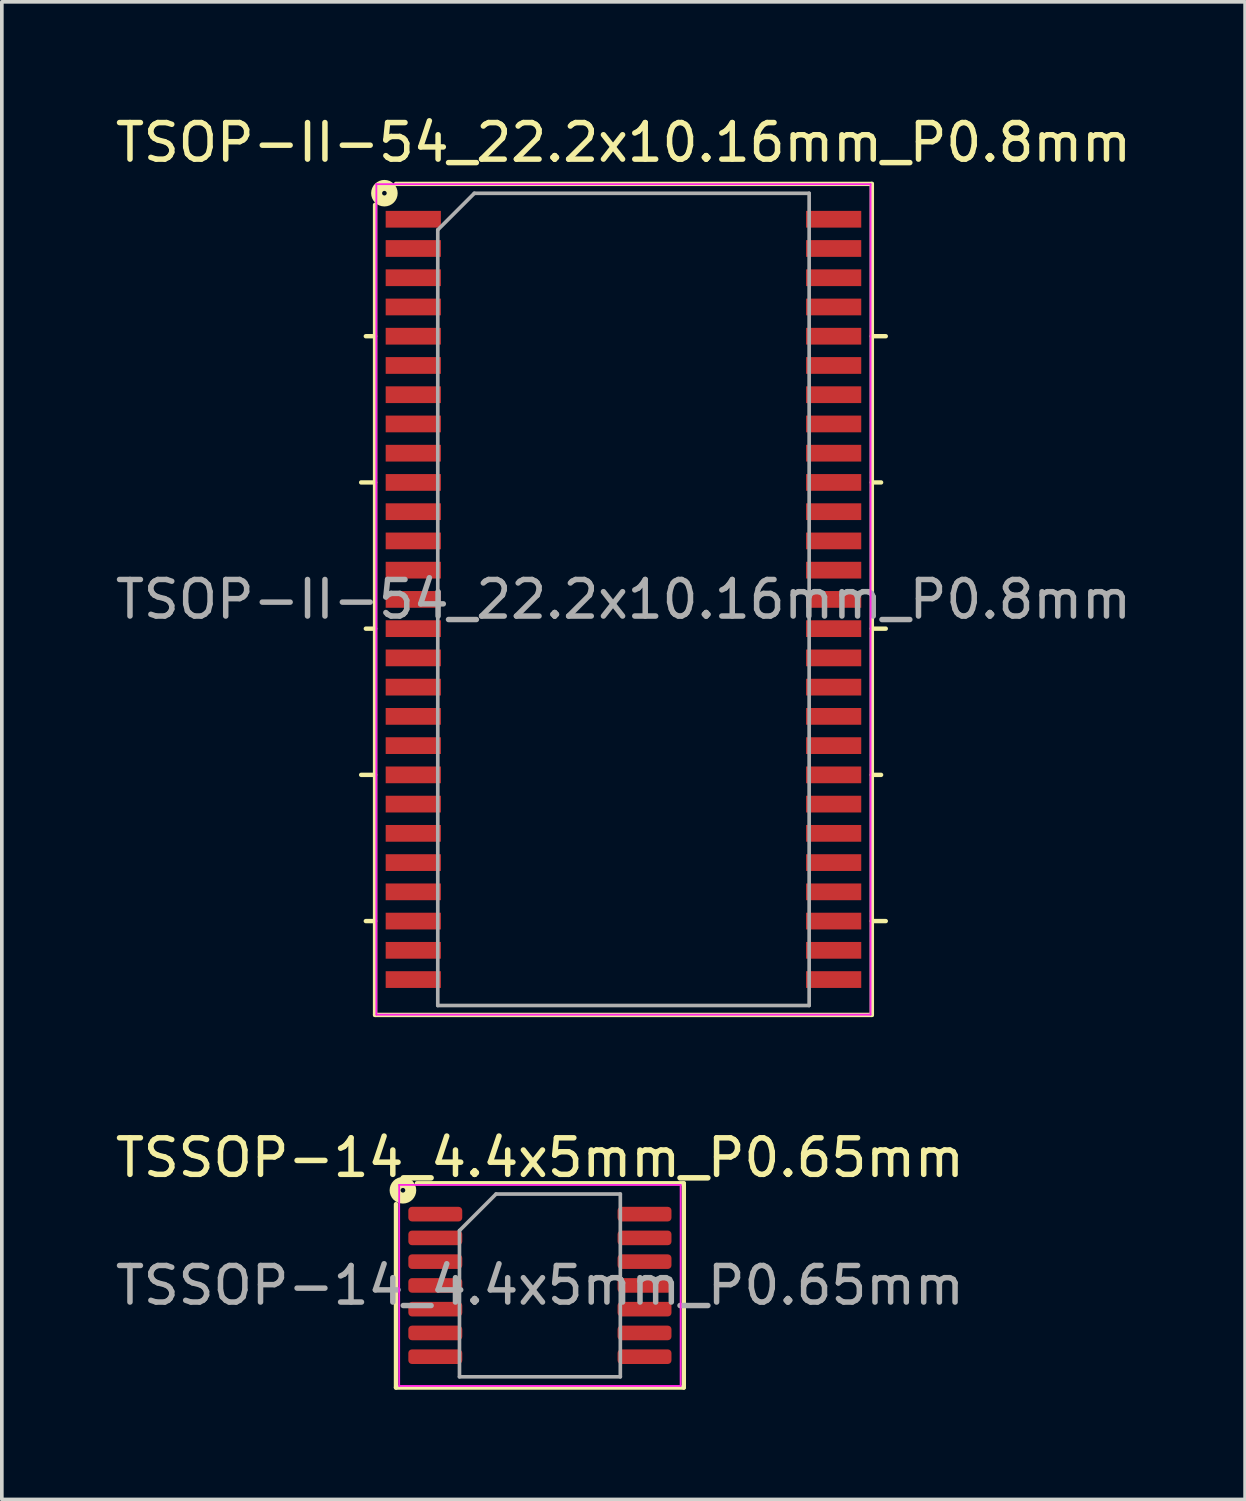
<source format=kicad_pcb>
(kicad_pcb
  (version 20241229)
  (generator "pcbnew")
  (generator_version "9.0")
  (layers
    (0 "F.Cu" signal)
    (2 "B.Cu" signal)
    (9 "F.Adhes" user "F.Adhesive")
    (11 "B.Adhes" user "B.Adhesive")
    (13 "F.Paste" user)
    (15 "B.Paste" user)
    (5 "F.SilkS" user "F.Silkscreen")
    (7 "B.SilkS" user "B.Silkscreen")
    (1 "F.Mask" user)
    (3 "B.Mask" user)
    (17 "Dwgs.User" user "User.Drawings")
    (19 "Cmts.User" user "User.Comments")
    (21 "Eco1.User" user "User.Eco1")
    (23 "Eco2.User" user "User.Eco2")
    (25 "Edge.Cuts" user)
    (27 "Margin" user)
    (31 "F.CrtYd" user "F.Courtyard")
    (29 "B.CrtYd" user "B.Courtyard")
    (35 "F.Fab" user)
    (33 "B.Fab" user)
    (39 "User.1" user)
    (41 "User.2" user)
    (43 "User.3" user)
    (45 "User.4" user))
  (footprint "TSSOP-14_4.4x5mm_P0.65mm"
    (layer "F.Cu")
    (at 11.72 32.115)
    (property "Reference" "TSSOP-14_4.4x5mm_P0.65mm" (at 0 -3.493 0) (layer "F.SilkS") (effects (font (size 1 1) (thickness 0.15))))
    (attr smd)
    (fp_line (start -3.937 -2.223) (end -3.937 2.794) (stroke (width 0.12) (type solid)) (layer "F.SilkS"))
    (fp_line (start -3.937 2.794) (end 3.937 2.794) (stroke (width 0.12) (type solid)) (layer "F.SilkS"))
    (fp_line (start 3.937 -2.794) (end -3.365 -2.794) (stroke (width 0.12) (type solid)) (layer "F.SilkS"))
    (fp_line (start 3.937 2.794) (end 3.937 -2.794) (stroke (width 0.12) (type solid)) (layer "F.SilkS"))
    (fp_circle (center -3.747 -2.603) (end -3.683 -2.603) (stroke (width 0.3) (type solid)) (fill no) (layer "F.SilkS"))
    (fp_line (start -3.85 -2.75) (end -3.85 2.75) (stroke (width 0.05) (type solid)) (layer "F.CrtYd"))
    (fp_line (start -3.85 2.75) (end 3.85 2.75) (stroke (width 0.05) (type solid)) (layer "F.CrtYd"))
    (fp_line (start 3.85 -2.75) (end -3.85 -2.75) (stroke (width 0.05) (type solid)) (layer "F.CrtYd"))
    (fp_line (start 3.85 2.75) (end 3.85 -2.75) (stroke (width 0.05) (type solid)) (layer "F.CrtYd"))
    (fp_line (start -2.2 -1.5) (end -1.2 -2.5) (stroke (width 0.1) (type solid)) (layer "F.Fab"))
    (fp_line (start -2.2 2.5) (end -2.2 -1.5) (stroke (width 0.1) (type solid)) (layer "F.Fab"))
    (fp_line (start -1.2 -2.5) (end 2.2 -2.5) (stroke (width 0.1) (type solid)) (layer "F.Fab"))
    (fp_line (start 2.2 -2.5) (end 2.2 2.5) (stroke (width 0.1) (type solid)) (layer "F.Fab"))
    (fp_line (start 2.2 2.5) (end -2.2 2.5) (stroke (width 0.1) (type solid)) (layer "F.Fab"))
    (fp_text user "${REFERENCE}" (at 0 0 0) (layer "F.Fab") (effects (font (size 1 1) (thickness 0.15))))
    (pad "1" smd roundrect (at -2.862 -1.95) (size 1.475 0.4) (layers "F.Cu" "F.Mask" "F.Paste") (roundrect_rratio 0.25))
    (pad "2" smd roundrect (at -2.862 -1.3) (size 1.475 0.4) (layers "F.Cu" "F.Mask" "F.Paste") (roundrect_rratio 0.25))
    (pad "3" smd roundrect (at -2.862 -0.65) (size 1.475 0.4) (layers "F.Cu" "F.Mask" "F.Paste") (roundrect_rratio 0.25))
    (pad "4" smd roundrect (at -2.862 0) (size 1.475 0.4) (layers "F.Cu" "F.Mask" "F.Paste") (roundrect_rratio 0.25))
    (pad "5" smd roundrect (at -2.862 0.65) (size 1.475 0.4) (layers "F.Cu" "F.Mask" "F.Paste") (roundrect_rratio 0.25))
    (pad "6" smd roundrect (at -2.862 1.3) (size 1.475 0.4) (layers "F.Cu" "F.Mask" "F.Paste") (roundrect_rratio 0.25))
    (pad "7" smd roundrect (at -2.862 1.95) (size 1.475 0.4) (layers "F.Cu" "F.Mask" "F.Paste") (roundrect_rratio 0.25))
    (pad "8" smd roundrect (at 2.862 1.95) (size 1.475 0.4) (layers "F.Cu" "F.Mask" "F.Paste") (roundrect_rratio 0.25))
    (pad "9" smd roundrect (at 2.862 1.3) (size 1.475 0.4) (layers "F.Cu" "F.Mask" "F.Paste") (roundrect_rratio 0.25))
    (pad "10" smd roundrect (at 2.862 0.65) (size 1.475 0.4) (layers "F.Cu" "F.Mask" "F.Paste") (roundrect_rratio 0.25))
    (pad "11" smd roundrect (at 2.862 0) (size 1.475 0.4) (layers "F.Cu" "F.Mask" "F.Paste") (roundrect_rratio 0.25))
    (pad "12" smd roundrect (at 2.862 -0.65) (size 1.475 0.4) (layers "F.Cu" "F.Mask" "F.Paste") (roundrect_rratio 0.25))
    (pad "13" smd roundrect (at 2.862 -1.3) (size 1.475 0.4) (layers "F.Cu" "F.Mask" "F.Paste") (roundrect_rratio 0.25))
    (pad "14" smd roundrect (at 2.862 -1.95) (size 1.475 0.4) (layers "F.Cu" "F.Mask" "F.Paste") (roundrect_rratio 0.25)))
  (footprint "TSOP-II-54_22.2x10.16mm_P0.8mm"
    (layer "F.Cu")
    (at 14.006 13.348)
    (property "Reference" "TSOP-II-54_22.2x10.16mm_P0.8mm" (at 0 -12.5 0) (layer "F.SilkS") (effects (font (size 1 1) (thickness 0.15))))
    (attr smd)
    (fp_line (start -7.176 -3.2) (end -6.795 -3.2) (stroke (width 0.12) (type solid)) (layer "F.SilkS"))
    (fp_line (start -7.176 4.8) (end -6.795 4.8) (stroke (width 0.12) (type solid)) (layer "F.SilkS"))
    (fp_line (start -7.048 -7.2) (end -6.795 -7.2) (stroke (width 0.12) (type solid)) (layer "F.SilkS"))
    (fp_line (start -7.048 0.8) (end -6.795 0.8) (stroke (width 0.12) (type solid)) (layer "F.SilkS"))
    (fp_line (start -7.048 8.8) (end -6.795 8.8) (stroke (width 0.12) (type solid)) (layer "F.SilkS"))
    (fp_line (start -6.795 -10.795) (end -6.795 11.367) (stroke (width 0.12) (type solid)) (layer "F.SilkS"))
    (fp_line (start -6.795 11.367) (end 6.795 11.367) (stroke (width 0.12) (type solid)) (layer "F.SilkS"))
    (fp_line (start 6.795 -11.367) (end -6.223 -11.367) (stroke (width 0.12) (type solid)) (layer "F.SilkS"))
    (fp_line (start 6.795 -7.2) (end 7.176 -7.2) (stroke (width 0.12) (type solid)) (layer "F.SilkS"))
    (fp_line (start 6.795 -3.2) (end 7.048 -3.2) (stroke (width 0.12) (type solid)) (layer "F.SilkS"))
    (fp_line (start 6.795 0.8) (end 7.176 0.8) (stroke (width 0.12) (type solid)) (layer "F.SilkS"))
    (fp_line (start 6.795 4.8) (end 7.048 4.8) (stroke (width 0.12) (type solid)) (layer "F.SilkS"))
    (fp_line (start 6.795 8.8) (end 7.176 8.8) (stroke (width 0.12) (type solid)) (layer "F.SilkS"))
    (fp_line (start 6.795 11.367) (end 6.795 -11.367) (stroke (width 0.12) (type solid)) (layer "F.SilkS"))
    (fp_circle (center -6.54 -11.113) (end -6.477 -11.113) (stroke (width 0.3) (type solid)) (fill no) (layer "F.SilkS"))
    (fp_line (start -6.76 -11.36) (end -6.76 11.36) (stroke (width 0.05) (type solid)) (layer "F.CrtYd"))
    (fp_line (start -6.76 -11.36) (end 6.76 -11.36) (stroke (width 0.05) (type solid)) (layer "F.CrtYd"))
    (fp_line (start 6.76 -11.36) (end 6.76 11.36) (stroke (width 0.05) (type solid)) (layer "F.CrtYd"))
    (fp_line (start 6.76 11.36) (end -6.76 11.36) (stroke (width 0.05) (type solid)) (layer "F.CrtYd"))
    (fp_line (start -5.08 11.11) (end -5.08 -10.11) (stroke (width 0.1) (type solid)) (layer "F.Fab"))
    (fp_line (start -4.08 -11.11) (end -5.08 -10.11) (stroke (width 0.1) (type solid)) (layer "F.Fab"))
    (fp_line (start -4.08 -11.11) (end 5.08 -11.11) (stroke (width 0.1) (type solid)) (layer "F.Fab"))
    (fp_line (start 5.08 -11.11) (end 5.08 11.11) (stroke (width 0.1) (type solid)) (layer "F.Fab"))
    (fp_line (start 5.08 11.11) (end -5.08 11.11) (stroke (width 0.1) (type solid)) (layer "F.Fab"))
    (fp_text user "${REFERENCE}" (at 0 0 0) (layer "F.Fab") (effects (font (size 1 1) (thickness 0.15))))
    (pad "1" smd rect (at -5.75 -10.4) (size 1.51 0.458) (layers "F.Cu" "F.Mask" "F.Paste"))
    (pad "2" smd rect (at -5.75 -9.6) (size 1.51 0.458) (layers "F.Cu" "F.Mask" "F.Paste"))
    (pad "3" smd rect (at -5.75 -8.8) (size 1.51 0.458) (layers "F.Cu" "F.Mask" "F.Paste"))
    (pad "4" smd rect (at -5.75 -8) (size 1.51 0.458) (layers "F.Cu" "F.Mask" "F.Paste"))
    (pad "5" smd rect (at -5.75 -7.2) (size 1.51 0.458) (layers "F.Cu" "F.Mask" "F.Paste"))
    (pad "6" smd rect (at -5.75 -6.4) (size 1.51 0.458) (layers "F.Cu" "F.Mask" "F.Paste"))
    (pad "7" smd rect (at -5.75 -5.6) (size 1.51 0.458) (layers "F.Cu" "F.Mask" "F.Paste"))
    (pad "8" smd rect (at -5.75 -4.8) (size 1.51 0.458) (layers "F.Cu" "F.Mask" "F.Paste"))
    (pad "9" smd rect (at -5.75 -4) (size 1.51 0.458) (layers "F.Cu" "F.Mask" "F.Paste"))
    (pad "10" smd rect (at -5.75 -3.2) (size 1.51 0.458) (layers "F.Cu" "F.Mask" "F.Paste"))
    (pad "11" smd rect (at -5.75 -2.4) (size 1.51 0.458) (layers "F.Cu" "F.Mask" "F.Paste"))
    (pad "12" smd rect (at -5.75 -1.6) (size 1.51 0.458) (layers "F.Cu" "F.Mask" "F.Paste"))
    (pad "13" smd rect (at -5.75 -0.8) (size 1.51 0.458) (layers "F.Cu" "F.Mask" "F.Paste"))
    (pad "14" smd rect (at -5.75 0) (size 1.51 0.458) (layers "F.Cu" "F.Mask" "F.Paste"))
    (pad "15" smd rect (at -5.75 0.8) (size 1.51 0.458) (layers "F.Cu" "F.Mask" "F.Paste"))
    (pad "16" smd rect (at -5.75 1.6) (size 1.51 0.458) (layers "F.Cu" "F.Mask" "F.Paste"))
    (pad "17" smd rect (at -5.75 2.4) (size 1.51 0.458) (layers "F.Cu" "F.Mask" "F.Paste"))
    (pad "18" smd rect (at -5.75 3.2) (size 1.51 0.458) (layers "F.Cu" "F.Mask" "F.Paste"))
    (pad "19" smd rect (at -5.75 4) (size 1.51 0.458) (layers "F.Cu" "F.Mask" "F.Paste"))
    (pad "20" smd rect (at -5.75 4.8) (size 1.51 0.458) (layers "F.Cu" "F.Mask" "F.Paste"))
    (pad "21" smd rect (at -5.75 5.6) (size 1.51 0.458) (layers "F.Cu" "F.Mask" "F.Paste"))
    (pad "22" smd rect (at -5.75 6.4) (size 1.51 0.458) (layers "F.Cu" "F.Mask" "F.Paste"))
    (pad "23" smd rect (at -5.75 7.2) (size 1.51 0.458) (layers "F.Cu" "F.Mask" "F.Paste"))
    (pad "24" smd rect (at -5.75 8) (size 1.51 0.458) (layers "F.Cu" "F.Mask" "F.Paste"))
    (pad "25" smd rect (at -5.75 8.8) (size 1.51 0.458) (layers "F.Cu" "F.Mask" "F.Paste"))
    (pad "26" smd rect (at -5.75 9.6) (size 1.51 0.458) (layers "F.Cu" "F.Mask" "F.Paste"))
    (pad "27" smd rect (at -5.75 10.4) (size 1.51 0.458) (layers "F.Cu" "F.Mask" "F.Paste"))
    (pad "28" smd rect (at 5.75 10.4) (size 1.51 0.458) (layers "F.Cu" "F.Mask" "F.Paste"))
    (pad "29" smd rect (at 5.75 9.6) (size 1.51 0.458) (layers "F.Cu" "F.Mask" "F.Paste"))
    (pad "30" smd rect (at 5.75 8.8) (size 1.51 0.458) (layers "F.Cu" "F.Mask" "F.Paste"))
    (pad "31" smd rect (at 5.75 8) (size 1.51 0.458) (layers "F.Cu" "F.Mask" "F.Paste"))
    (pad "32" smd rect (at 5.75 7.2) (size 1.51 0.458) (layers "F.Cu" "F.Mask" "F.Paste"))
    (pad "33" smd rect (at 5.75 6.4) (size 1.51 0.458) (layers "F.Cu" "F.Mask" "F.Paste"))
    (pad "34" smd rect (at 5.75 5.6) (size 1.51 0.458) (layers "F.Cu" "F.Mask" "F.Paste"))
    (pad "35" smd rect (at 5.75 4.8) (size 1.51 0.458) (layers "F.Cu" "F.Mask" "F.Paste"))
    (pad "36" smd rect (at 5.75 4) (size 1.51 0.458) (layers "F.Cu" "F.Mask" "F.Paste"))
    (pad "37" smd rect (at 5.75 3.2) (size 1.51 0.458) (layers "F.Cu" "F.Mask" "F.Paste"))
    (pad "38" smd rect (at 5.75 2.4) (size 1.51 0.458) (layers "F.Cu" "F.Mask" "F.Paste"))
    (pad "39" smd rect (at 5.75 1.6) (size 1.51 0.458) (layers "F.Cu" "F.Mask" "F.Paste"))
    (pad "40" smd rect (at 5.75 0.8) (size 1.51 0.458) (layers "F.Cu" "F.Mask" "F.Paste"))
    (pad "41" smd rect (at 5.75 0) (size 1.51 0.458) (layers "F.Cu" "F.Mask" "F.Paste"))
    (pad "42" smd rect (at 5.75 -0.8) (size 1.51 0.458) (layers "F.Cu" "F.Mask" "F.Paste"))
    (pad "43" smd rect (at 5.75 -1.6) (size 1.51 0.458) (layers "F.Cu" "F.Mask" "F.Paste"))
    (pad "44" smd rect (at 5.75 -2.4) (size 1.51 0.458) (layers "F.Cu" "F.Mask" "F.Paste"))
    (pad "45" smd rect (at 5.75 -3.2) (size 1.51 0.458) (layers "F.Cu" "F.Mask" "F.Paste"))
    (pad "46" smd rect (at 5.75 -4) (size 1.51 0.458) (layers "F.Cu" "F.Mask" "F.Paste"))
    (pad "47" smd rect (at 5.75 -4.8) (size 1.51 0.458) (layers "F.Cu" "F.Mask" "F.Paste"))
    (pad "48" smd rect (at 5.75 -5.6) (size 1.51 0.458) (layers "F.Cu" "F.Mask" "F.Paste"))
    (pad "49" smd rect (at 5.75 -6.4) (size 1.51 0.458) (layers "F.Cu" "F.Mask" "F.Paste"))
    (pad "50" smd rect (at 5.75 -7.2) (size 1.51 0.458) (layers "F.Cu" "F.Mask" "F.Paste"))
    (pad "51" smd rect (at 5.75 -8) (size 1.51 0.458) (layers "F.Cu" "F.Mask" "F.Paste"))
    (pad "52" smd rect (at 5.75 -8.8) (size 1.51 0.458) (layers "F.Cu" "F.Mask" "F.Paste"))
    (pad "53" smd rect (at 5.75 -9.6) (size 1.51 0.458) (layers "F.Cu" "F.Mask" "F.Paste"))
    (pad "54" smd rect (at 5.75 -10.4) (size 1.51 0.458) (layers "F.Cu" "F.Mask" "F.Paste")))
  (gr_rect
    (start -3 -3)
    (end 31.012 37.969)
    (stroke (width 0.1) (type default))
    (fill no)
    (layer "Edge.Cuts")))
</source>
